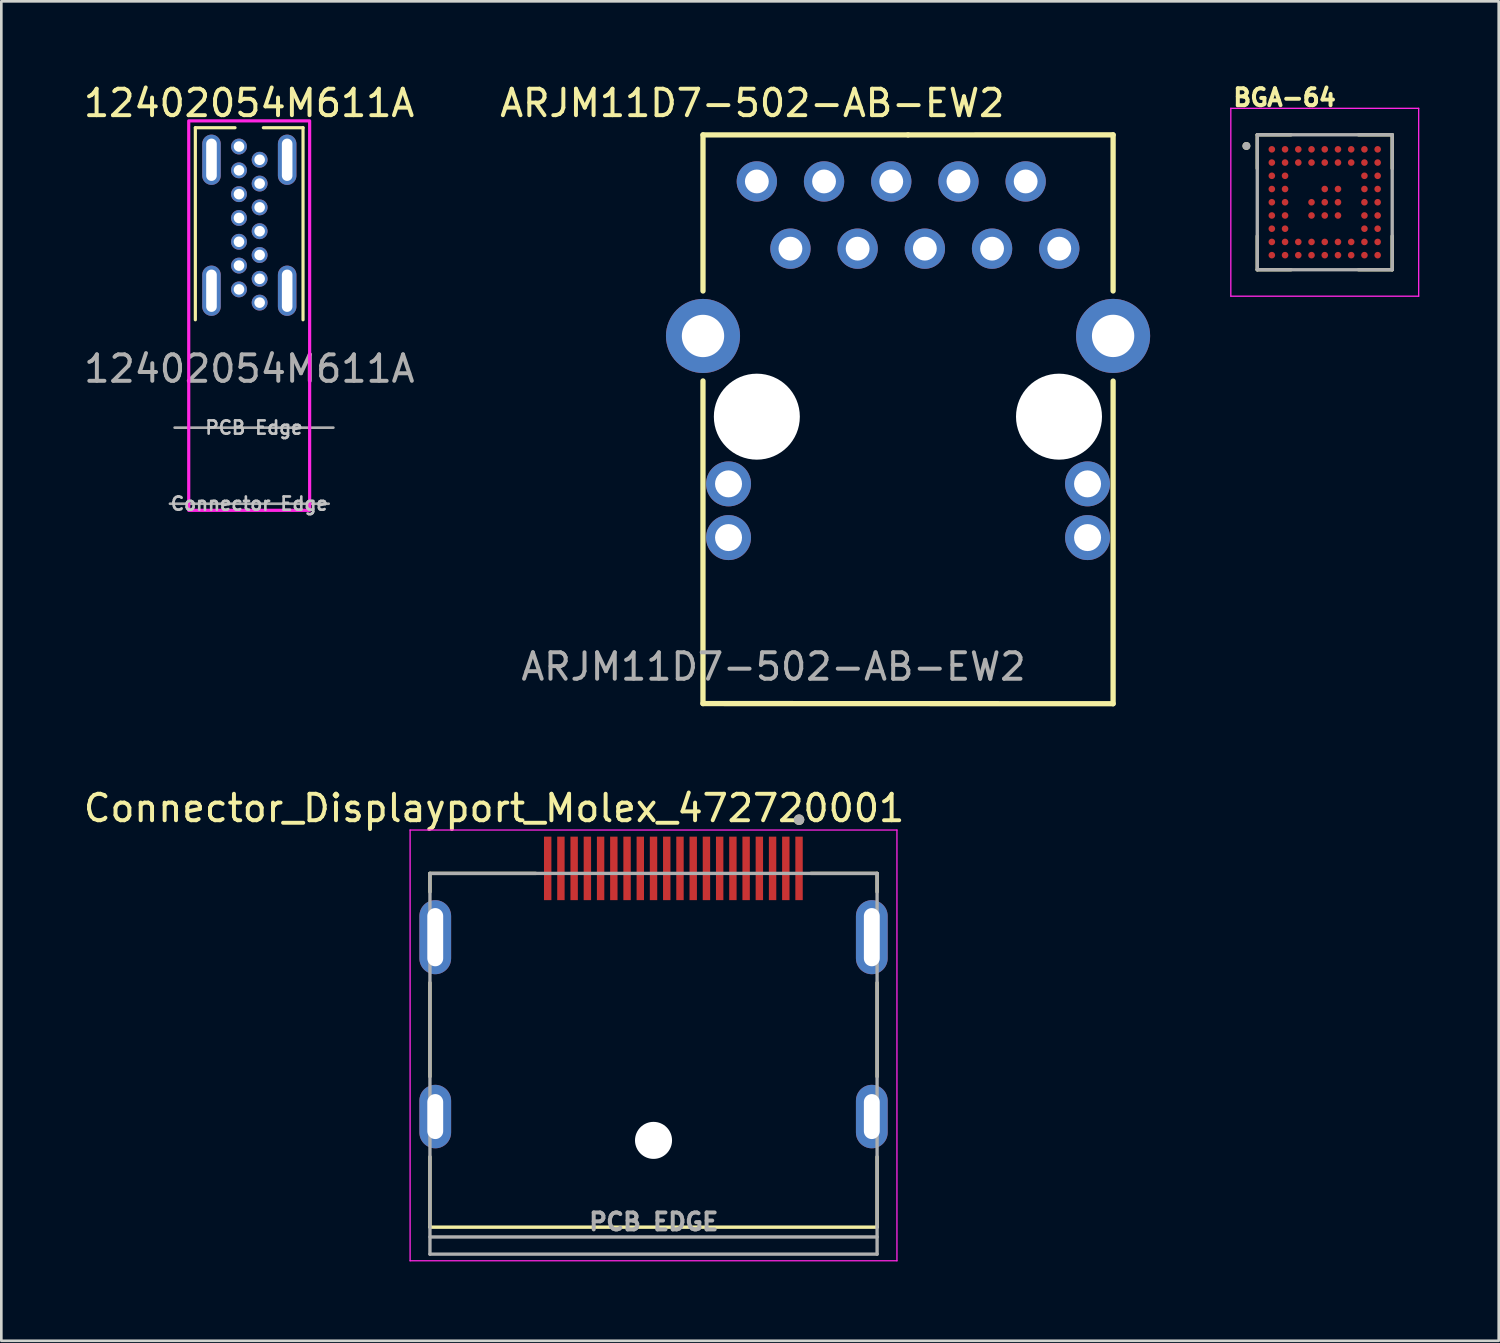
<source format=kicad_pcb>
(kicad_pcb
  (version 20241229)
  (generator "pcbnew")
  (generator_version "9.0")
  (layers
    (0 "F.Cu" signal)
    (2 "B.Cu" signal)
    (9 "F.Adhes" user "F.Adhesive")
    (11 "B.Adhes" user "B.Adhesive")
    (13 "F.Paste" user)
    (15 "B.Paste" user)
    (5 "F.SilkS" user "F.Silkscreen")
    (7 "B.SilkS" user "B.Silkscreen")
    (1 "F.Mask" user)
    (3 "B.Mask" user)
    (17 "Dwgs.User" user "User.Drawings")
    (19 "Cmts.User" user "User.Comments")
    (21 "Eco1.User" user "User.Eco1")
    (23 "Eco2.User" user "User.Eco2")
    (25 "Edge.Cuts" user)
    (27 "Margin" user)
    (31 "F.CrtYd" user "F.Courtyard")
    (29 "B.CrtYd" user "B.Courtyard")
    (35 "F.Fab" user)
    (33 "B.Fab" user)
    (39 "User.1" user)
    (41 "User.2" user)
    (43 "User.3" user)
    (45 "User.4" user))
  (footprint "Connector_Displayport_Molex_472720001"
    (layer "F.Cu")
    (at 21.66 35.881)
    (property "Reference" "Connector_Displayport_Molex_472720001" (at -6.035 -8.385 0) (layer "F.SilkS") (effects (font (size 1 1) (thickness 0.15))))
    (attr smd)
    (fp_line (start -8.46 -5.92) (end -8.46 -5.22) (stroke (width 0.127) (type solid)) (layer "F.SilkS"))
    (fp_line (start -8.46 -1.79) (end -8.46 1.76) (stroke (width 0.127) (type solid)) (layer "F.SilkS"))
    (fp_line (start -8.46 4.79) (end -8.46 7.45) (stroke (width 0.127) (type solid)) (layer "F.SilkS"))
    (fp_line (start -8.46 7.45) (end 8.44 7.45) (stroke (width 0.127) (type solid)) (layer "F.SilkS"))
    (fp_line (start -4.46 -5.92) (end -8.46 -5.92) (stroke (width 0.127) (type solid)) (layer "F.SilkS"))
    (fp_line (start 8.44 -5.92) (end 5.94 -5.92) (stroke (width 0.127) (type solid)) (layer "F.SilkS"))
    (fp_line (start 8.44 -5.92) (end 8.44 -5.22) (stroke (width 0.127) (type solid)) (layer "F.SilkS"))
    (fp_line (start 8.44 -1.79) (end 8.44 1.76) (stroke (width 0.127) (type solid)) (layer "F.SilkS"))
    (fp_line (start 8.44 4.79) (end 8.44 7.45) (stroke (width 0.127) (type solid)) (layer "F.SilkS"))
    (fp_circle (center 5.49 -7.95) (end 5.59 -7.95) (stroke (width 0.2) (type solid)) (fill no) (layer "F.SilkS"))
    (fp_line (start -9.21 -7.56) (end 9.19 -7.56) (stroke (width 0.05) (type solid)) (layer "F.CrtYd"))
    (fp_line (start -9.21 8.72) (end -9.21 -7.56) (stroke (width 0.05) (type solid)) (layer "F.CrtYd"))
    (fp_line (start 9.19 -7.56) (end 9.19 8.72) (stroke (width 0.05) (type solid)) (layer "F.CrtYd"))
    (fp_line (start 9.19 8.72) (end -9.21 8.72) (stroke (width 0.05) (type solid)) (layer "F.CrtYd"))
    (fp_line (start -8.46 -5.92) (end 8.44 -5.92) (stroke (width 0.127) (type solid)) (layer "F.Fab"))
    (fp_line (start -8.46 8.47) (end -8.46 -5.92) (stroke (width 0.127) (type solid)) (layer "F.Fab"))
    (fp_line (start 8.44 -5.92) (end 8.44 8.47) (stroke (width 0.127) (type solid)) (layer "F.Fab"))
    (fp_line (start 8.44 7.82) (end -8.46 7.82) (stroke (width 0.127) (type solid)) (layer "F.Fab"))
    (fp_line (start 8.44 8.47) (end -8.46 8.47) (stroke (width 0.127) (type solid)) (layer "F.Fab"))
    (fp_circle (center 5.49 -7.95) (end 5.59 -7.95) (stroke (width 0.2) (type solid)) (fill no) (layer "F.Fab"))
    (fp_text user "PCB EDGE" (at 0 7.246 0) (layer "F.Fab") (effects (font (size 0.64 0.64) (thickness 0.15))))
    (pad "" np_thru_hole circle (at -0.01 4.17) (size 1.4 1.4) (drill 1.4) (layers "*.Cu" "*.Mask"))
    (pad "1" smd rect (at 5.49 -6.11 90) (size 2.4 0.28) (layers "F.Cu" "F.Mask" "F.Paste"))
    (pad "2" smd rect (at 4.99 -6.11 90) (size 2.4 0.28) (layers "F.Cu" "F.Mask" "F.Paste"))
    (pad "3" smd rect (at 4.49 -6.11 90) (size 2.4 0.28) (layers "F.Cu" "F.Mask" "F.Paste"))
    (pad "4" smd rect (at 3.99 -6.11 90) (size 2.4 0.28) (layers "F.Cu" "F.Mask" "F.Paste"))
    (pad "5" smd rect (at 3.49 -6.11 90) (size 2.4 0.28) (layers "F.Cu" "F.Mask" "F.Paste"))
    (pad "6" smd rect (at 2.99 -6.11 90) (size 2.4 0.28) (layers "F.Cu" "F.Mask" "F.Paste"))
    (pad "7" smd rect (at 2.49 -6.11 90) (size 2.4 0.28) (layers "F.Cu" "F.Mask" "F.Paste"))
    (pad "8" smd rect (at 1.99 -6.11 90) (size 2.4 0.28) (layers "F.Cu" "F.Mask" "F.Paste"))
    (pad "9" smd rect (at 1.49 -6.11 90) (size 2.4 0.28) (layers "F.Cu" "F.Mask" "F.Paste"))
    (pad "10" smd rect (at 0.99 -6.11 90) (size 2.4 0.28) (layers "F.Cu" "F.Mask" "F.Paste"))
    (pad "11" smd rect (at 0.49 -6.11 90) (size 2.4 0.28) (layers "F.Cu" "F.Mask" "F.Paste"))
    (pad "12" smd rect (at -0.01 -6.11 90) (size 2.4 0.28) (layers "F.Cu" "F.Mask" "F.Paste"))
    (pad "13" smd rect (at -0.51 -6.11 90) (size 2.4 0.28) (layers "F.Cu" "F.Mask" "F.Paste"))
    (pad "14" smd rect (at -1.01 -6.11 90) (size 2.4 0.28) (layers "F.Cu" "F.Mask" "F.Paste"))
    (pad "15" smd rect (at -1.51 -6.11 90) (size 2.4 0.28) (layers "F.Cu" "F.Mask" "F.Paste"))
    (pad "16" smd rect (at -2.01 -6.11 90) (size 2.4 0.28) (layers "F.Cu" "F.Mask" "F.Paste"))
    (pad "17" smd rect (at -2.51 -6.11 90) (size 2.4 0.28) (layers "F.Cu" "F.Mask" "F.Paste"))
    (pad "18" smd rect (at -3.01 -6.11 90) (size 2.4 0.28) (layers "F.Cu" "F.Mask" "F.Paste"))
    (pad "19" smd rect (at -3.51 -6.11 90) (size 2.4 0.28) (layers "F.Cu" "F.Mask" "F.Paste"))
    (pad "20" smd rect (at -4.01 -6.11 90) (size 2.4 0.28) (layers "F.Cu" "F.Mask" "F.Paste"))
    (pad "S1" thru_hole oval (at -8.26 -3.51) (size 1.2 2.8) (drill oval 0.6 2.2) (layers "*.Cu" "*.Mask"))
    (pad "S2" thru_hole oval (at 8.24 -3.51) (size 1.2 2.8) (drill oval 0.6 2.2) (layers "*.Cu" "*.Mask"))
    (pad "S3" thru_hole oval (at -8.26 3.27) (size 1.2 2.4) (drill oval 0.6 1.7) (layers "*.Cu" "*.Mask"))
    (pad "S4" thru_hole oval (at 8.24 3.27) (size 1.2 2.4) (drill oval 0.6 1.7) (layers "*.Cu" "*.Mask")))
  (footprint "ARJM11D7-502-AB-EW2"
    (layer "F.Cu")
    (at 36.985 6.348)
    (property "Reference" "ARJM11D7-502-AB-EW2" (at -11.6 -5.5 0) (unlocked yes) (layer "F.SilkS") (effects (font (size 1 1) (thickness 0.15))))
    (attr through_hole)
    (fp_line (start -13.466 5) (end -13.466 17.194) (stroke (width 0.2) (type solid)) (layer "F.SilkS"))
    (fp_line (start -13.466 17.194) (end 2.034 17.199) (stroke (width 0.2) (type solid)) (layer "F.SilkS"))
    (fp_line (start -13.465 -4.3) (end -13.465 1.6) (stroke (width 0.2) (type solid)) (layer "F.SilkS"))
    (fp_line (start -5.715 -4.3) (end -13.465 -4.3) (stroke (width 0.2) (type solid)) (layer "F.SilkS"))
    (fp_line (start 2.035 -4.301) (end -5.715 -4.3) (stroke (width 0.2) (type solid)) (layer "F.SilkS"))
    (fp_line (start 2.035 -4.301) (end 2.035 1.599) (stroke (width 0.2) (type solid)) (layer "F.SilkS"))
    (fp_line (start 2.035 5.005) (end 2.035 17.199) (stroke (width 0.2) (type solid)) (layer "F.SilkS"))
    (fp_text user "${REFERENCE}" (at -10.8 15.8 0) (unlocked yes) (layer "F.Fab") (effects (font (size 1 1) (thickness 0.15))))
    (pad "" np_thru_hole circle (at -11.43 6.35) (size 3.25 3.25) (drill 3.25) (layers "*.Cu" "*.Mask"))
    (pad "" np_thru_hole circle (at -0.01 6.35) (size 3.25 3.25) (drill 3.25) (layers "*.Cu" "*.Mask"))
    (pad "1" thru_hole circle (at 0 0) (size 1.524 1.524) (drill 0.9) (layers "*.Cu" "*.Mask"))
    (pad "2" thru_hole circle (at -1.27 -2.54) (size 1.524 1.524) (drill 0.9) (layers "*.Cu" "*.Mask"))
    (pad "3" thru_hole circle (at -2.54 0) (size 1.524 1.524) (drill 0.9) (layers "*.Cu" "*.Mask"))
    (pad "4" thru_hole circle (at -3.81 -2.54) (size 1.524 1.524) (drill 0.9) (layers "*.Cu" "*.Mask"))
    (pad "5" thru_hole circle (at -5.08 0) (size 1.524 1.524) (drill 0.9) (layers "*.Cu" "*.Mask"))
    (pad "6" thru_hole circle (at -6.35 -2.54) (size 1.524 1.524) (drill 0.9) (layers "*.Cu" "*.Mask"))
    (pad "7" thru_hole circle (at -7.62 0) (size 1.524 1.524) (drill 0.9) (layers "*.Cu" "*.Mask"))
    (pad "8" thru_hole circle (at -8.89 -2.54) (size 1.524 1.524) (drill 0.9) (layers "*.Cu" "*.Mask"))
    (pad "9" thru_hole circle (at -10.16 0) (size 1.524 1.524) (drill 0.9) (layers "*.Cu" "*.Mask"))
    (pad "10" thru_hole circle (at -11.43 -2.54) (size 1.524 1.524) (drill 0.9) (layers "*.Cu" "*.Mask"))
    (pad "11" thru_hole circle (at -12.5 8.89) (size 1.7 1.7) (drill 1.02) (layers "*.Cu" "*.Mask"))
    (pad "12" thru_hole circle (at -12.5 10.92) (size 1.7 1.7) (drill 1.02) (layers "*.Cu" "*.Mask"))
    (pad "13" thru_hole circle (at 1.069 8.89) (size 1.7 1.7) (drill 1.02) (layers "*.Cu" "*.Mask"))
    (pad "14" thru_hole circle (at 1.07 10.92) (size 1.7 1.7) (drill 1.02) (layers "*.Cu" "*.Mask"))
    (pad "15" thru_hole circle (at -13.465 3.3) (size 2.8 2.8) (drill 1.6) (layers "*.Cu" "*.Mask"))
    (pad "16" thru_hole circle (at 2.035 3.298) (size 2.8 2.8) (drill 1.6) (layers "*.Cu" "*.Mask")))
  (footprint "12402054M611A"
    (layer "F.Cu")
    (at 6.373 8.388)
    (property "Reference" "12402054M611A" (at -0.01 -7.54 0) (unlocked yes) (layer "F.SilkS") (effects (font (size 1 1) (thickness 0.15))))
    (attr through_hole)
    (fp_line (start -2.04 -6.611) (end -2.04 0.649) (stroke (width 0.12) (type solid)) (layer "F.SilkS"))
    (fp_line (start -2.04 -6.611) (end -0.54 -6.611) (stroke (width 0.12) (type solid)) (layer "F.SilkS"))
    (fp_line (start 0.53 -6.611) (end 2.03 -6.611) (stroke (width 0.12) (type solid)) (layer "F.SilkS"))
    (fp_line (start 2.03 -6.611) (end 2.03 0.649) (stroke (width 0.12) (type solid)) (layer "F.SilkS"))
    (fp_rect (start -2.29 -6.87) (end 2.28 7.85) (stroke (width 0.12) (type solid)) (fill no) (layer "F.CrtYd"))
    (fp_line (start -3 7.6) (end 3 7.6) (stroke (width 0.1) (type solid)) (layer "F.Fab"))
    (fp_line (start -2.823 4.725) (end 3.177 4.725) (stroke (width 0.1) (type solid)) (layer "F.Fab"))
    (fp_text user "Connector Edge" (at 0 7.6 0) (layer "Dwgs.User") (effects (font (size 0.5 0.5) (thickness 0.1))))
    (fp_text user "PCB Edge" (at 0.177 4.725 0) (layer "Dwgs.User") (effects (font (size 0.5 0.5) (thickness 0.1))))
    (fp_text user "${REFERENCE}" (at 0 2.5 0) (unlocked yes) (layer "F.Fab") (effects (font (size 1 1) (thickness 0.15))))
    (pad "A1" thru_hole circle (at -0.39 -0.5) (size 0.6 0.6) (drill 0.4) (layers "*.Cu" "*.Mask"))
    (pad "A4" thru_hole circle (at -0.39 -1.4) (size 0.6 0.6) (drill 0.4) (layers "*.Cu" "*.Mask"))
    (pad "A5" thru_hole circle (at -0.39 -2.3) (size 0.6 0.6) (drill 0.4) (layers "*.Cu" "*.Mask"))
    (pad "A6" thru_hole circle (at -0.39 -3.2) (size 0.6 0.6) (drill 0.4) (layers "*.Cu" "*.Mask"))
    (pad "A7" thru_hole circle (at -0.39 -4.1) (size 0.6 0.6) (drill 0.4) (layers "*.Cu" "*.Mask"))
    (pad "A9" thru_hole circle (at -0.39 -5) (size 0.6 0.6) (drill 0.4) (layers "*.Cu" "*.Mask"))
    (pad "A12" thru_hole circle (at -0.39 -5.9) (size 0.6 0.6) (drill 0.4) (layers "*.Cu" "*.Mask"))
    (pad "B1" thru_hole circle (at 0.39 -5.4) (size 0.6 0.6) (drill 0.4) (layers "*.Cu" "*.Mask"))
    (pad "B4" thru_hole circle (at 0.39 -4.5) (size 0.6 0.6) (drill 0.4) (layers "*.Cu" "*.Mask"))
    (pad "B5" thru_hole circle (at 0.39 -3.6) (size 0.6 0.6) (drill 0.4) (layers "*.Cu" "*.Mask"))
    (pad "B6" thru_hole circle (at 0.39 -2.7) (size 0.6 0.6) (drill 0.4) (layers "*.Cu" "*.Mask"))
    (pad "B7" thru_hole circle (at 0.39 -1.8) (size 0.6 0.6) (drill 0.4) (layers "*.Cu" "*.Mask"))
    (pad "B9" thru_hole circle (at 0.39 -0.9) (size 0.6 0.6) (drill 0.4) (layers "*.Cu" "*.Mask"))
    (pad "B12" thru_hole circle (at 0.39 0) (size 0.6 0.6) (drill 0.4) (layers "*.Cu" "*.Mask"))
    (pad "S1" thru_hole oval (at -1.43 -5.4) (size 0.7 1.9) (drill oval 0.4 1.6) (layers "*.Cu" "*.Mask"))
    (pad "S1" thru_hole oval (at -1.43 -0.45) (size 0.7 1.9) (drill oval 0.4 1.6) (layers "*.Cu" "*.Mask"))
    (pad "S1" thru_hole oval (at 1.43 -5.4) (size 0.7 1.9) (drill oval 0.4 1.6) (layers "*.Cu" "*.Mask"))
    (pad "S1" thru_hole oval (at 1.43 -0.45) (size 0.7 1.9) (drill oval 0.4 1.6) (layers "*.Cu" "*.Mask")))
  (footprint "BGA-64"
    (layer "F.Cu")
    (at 47.019 4.594)
    (property "Reference" "BGA-64" (at -1.518 -3.956 0) (layer "F.SilkS") (effects (font (size 0.64 0.64) (thickness 0.15))))
    (attr through_hole)
    (fp_line (start -2.55 -2.55) (end -2.55 -1.275) (stroke (width 0.127) (type solid)) (layer "F.SilkS"))
    (fp_line (start -2.55 -2.55) (end -1.275 -2.55) (stroke (width 0.127) (type solid)) (layer "F.SilkS"))
    (fp_line (start -2.55 2.55) (end -2.55 1.275) (stroke (width 0.127) (type solid)) (layer "F.SilkS"))
    (fp_line (start -2.55 2.55) (end -1.275 2.55) (stroke (width 0.127) (type solid)) (layer "F.SilkS"))
    (fp_line (start 2.55 -2.55) (end 1.275 -2.55) (stroke (width 0.127) (type solid)) (layer "F.SilkS"))
    (fp_line (start 2.55 -2.55) (end 2.55 -1.275) (stroke (width 0.127) (type solid)) (layer "F.SilkS"))
    (fp_line (start 2.55 2.55) (end 1.275 2.55) (stroke (width 0.127) (type solid)) (layer "F.SilkS"))
    (fp_line (start 2.55 2.55) (end 2.55 1.275) (stroke (width 0.127) (type solid)) (layer "F.SilkS"))
    (fp_circle (center -2.961 -2.127) (end -2.886 -2.127) (stroke (width 0.15) (type solid)) (fill no) (layer "F.SilkS"))
    (fp_line (start -3.55 -3.55) (end 3.55 -3.55) (stroke (width 0.05) (type solid)) (layer "F.CrtYd"))
    (fp_line (start -3.55 3.55) (end -3.55 -3.55) (stroke (width 0.05) (type solid)) (layer "F.CrtYd"))
    (fp_line (start -3.55 3.55) (end 3.55 3.55) (stroke (width 0.05) (type solid)) (layer "F.CrtYd"))
    (fp_line (start 3.55 3.55) (end 3.55 -3.55) (stroke (width 0.05) (type solid)) (layer "F.CrtYd"))
    (fp_line (start -2.55 2.55) (end -2.55 -2.55) (stroke (width 0.127) (type solid)) (layer "F.Fab"))
    (fp_line (start 2.55 -2.55) (end -2.55 -2.55) (stroke (width 0.127) (type solid)) (layer "F.Fab"))
    (fp_line (start 2.55 2.55) (end -2.55 2.55) (stroke (width 0.127) (type solid)) (layer "F.Fab"))
    (fp_line (start 2.55 2.55) (end 2.55 -2.55) (stroke (width 0.127) (type solid)) (layer "F.Fab"))
    (fp_circle (center -2.961 -2.127) (end -2.886 -2.127) (stroke (width 0.15) (type solid)) (fill no) (layer "F.Fab"))
    (pad "A1" smd circle (at -2 -2) (size 0.25 0.25) (layers "F.Cu" "F.Mask" "F.Paste"))
    (pad "A2" smd circle (at -1.5 -2) (size 0.25 0.25) (layers "F.Cu" "F.Mask" "F.Paste"))
    (pad "A3" smd circle (at -1 -2) (size 0.25 0.25) (layers "F.Cu" "F.Mask" "F.Paste"))
    (pad "A4" smd circle (at -0.5 -2) (size 0.25 0.25) (layers "F.Cu" "F.Mask" "F.Paste"))
    (pad "A5" smd circle (at 0 -2) (size 0.25 0.25) (layers "F.Cu" "F.Mask" "F.Paste"))
    (pad "A6" smd circle (at 0.5 -2) (size 0.25 0.25) (layers "F.Cu" "F.Mask" "F.Paste"))
    (pad "A7" smd circle (at 1 -2) (size 0.25 0.25) (layers "F.Cu" "F.Mask" "F.Paste"))
    (pad "A8" smd circle (at 1.5 -2) (size 0.25 0.25) (layers "F.Cu" "F.Mask" "F.Paste"))
    (pad "A9" smd circle (at 2 -2) (size 0.25 0.25) (layers "F.Cu" "F.Mask" "F.Paste"))
    (pad "B1" smd circle (at -2 -1.5) (size 0.25 0.25) (layers "F.Cu" "F.Mask" "F.Paste"))
    (pad "B2" smd circle (at -1.5 -1.5) (size 0.25 0.25) (layers "F.Cu" "F.Mask" "F.Paste"))
    (pad "B3" smd circle (at -1 -1.5) (size 0.25 0.25) (layers "F.Cu" "F.Mask" "F.Paste"))
    (pad "B4" smd circle (at -0.5 -1.5) (size 0.25 0.25) (layers "F.Cu" "F.Mask" "F.Paste"))
    (pad "B5" smd circle (at 0 -1.5) (size 0.25 0.25) (layers "F.Cu" "F.Mask" "F.Paste"))
    (pad "B6" smd circle (at 0.5 -1.5) (size 0.25 0.25) (layers "F.Cu" "F.Mask" "F.Paste"))
    (pad "B7" smd circle (at 1 -1.5) (size 0.25 0.25) (layers "F.Cu" "F.Mask" "F.Paste"))
    (pad "B8" smd circle (at 1.5 -1.5) (size 0.25 0.25) (layers "F.Cu" "F.Mask" "F.Paste"))
    (pad "B9" smd circle (at 2 -1.5) (size 0.25 0.25) (layers "F.Cu" "F.Mask" "F.Paste"))
    (pad "C1" smd circle (at -2 -1) (size 0.25 0.25) (layers "F.Cu" "F.Mask" "F.Paste"))
    (pad "C2" smd circle (at -1.5 -1) (size 0.25 0.25) (layers "F.Cu" "F.Mask" "F.Paste"))
    (pad "C8" smd circle (at 1.5 -1) (size 0.25 0.25) (layers "F.Cu" "F.Mask" "F.Paste"))
    (pad "C9" smd circle (at 2 -1) (size 0.25 0.25) (layers "F.Cu" "F.Mask" "F.Paste"))
    (pad "D1" smd circle (at -2 -0.5) (size 0.25 0.25) (layers "F.Cu" "F.Mask" "F.Paste"))
    (pad "D2" smd circle (at -1.5 -0.5) (size 0.25 0.25) (layers "F.Cu" "F.Mask" "F.Paste"))
    (pad "D5" smd circle (at 0 -0.5) (size 0.25 0.25) (layers "F.Cu" "F.Mask" "F.Paste"))
    (pad "D6" smd circle (at 0.5 -0.5) (size 0.25 0.25) (layers "F.Cu" "F.Mask" "F.Paste"))
    (pad "D8" smd circle (at 1.5 -0.5) (size 0.25 0.25) (layers "F.Cu" "F.Mask" "F.Paste"))
    (pad "D9" smd circle (at 2 -0.5) (size 0.25 0.25) (layers "F.Cu" "F.Mask" "F.Paste"))
    (pad "E1" smd circle (at -2 0) (size 0.25 0.25) (layers "F.Cu" "F.Mask" "F.Paste"))
    (pad "E2" smd circle (at -1.5 0) (size 0.25 0.25) (layers "F.Cu" "F.Mask" "F.Paste"))
    (pad "E4" smd circle (at -0.5 0) (size 0.25 0.25) (layers "F.Cu" "F.Mask" "F.Paste"))
    (pad "E5" smd circle (at 0 0) (size 0.25 0.25) (layers "F.Cu" "F.Mask" "F.Paste"))
    (pad "E6" smd circle (at 0.5 0) (size 0.25 0.25) (layers "F.Cu" "F.Mask" "F.Paste"))
    (pad "E8" smd circle (at 1.5 0) (size 0.25 0.25) (layers "F.Cu" "F.Mask" "F.Paste"))
    (pad "E9" smd circle (at 2 0) (size 0.25 0.25) (layers "F.Cu" "F.Mask" "F.Paste"))
    (pad "F1" smd circle (at -2 0.5) (size 0.25 0.25) (layers "F.Cu" "F.Mask" "F.Paste"))
    (pad "F2" smd circle (at -1.5 0.5) (size 0.25 0.25) (layers "F.Cu" "F.Mask" "F.Paste"))
    (pad "F4" smd circle (at -0.5 0.5) (size 0.25 0.25) (layers "F.Cu" "F.Mask" "F.Paste"))
    (pad "F5" smd circle (at 0 0.5) (size 0.25 0.25) (layers "F.Cu" "F.Mask" "F.Paste"))
    (pad "F6" smd circle (at 0.5 0.5) (size 0.25 0.25) (layers "F.Cu" "F.Mask" "F.Paste"))
    (pad "F8" smd circle (at 1.5 0.5) (size 0.25 0.25) (layers "F.Cu" "F.Mask" "F.Paste"))
    (pad "F9" smd circle (at 2 0.5) (size 0.25 0.25) (layers "F.Cu" "F.Mask" "F.Paste"))
    (pad "G1" smd circle (at -2 1) (size 0.25 0.25) (layers "F.Cu" "F.Mask" "F.Paste"))
    (pad "G2" smd circle (at -1.5 1) (size 0.25 0.25) (layers "F.Cu" "F.Mask" "F.Paste"))
    (pad "G8" smd circle (at 1.5 1) (size 0.25 0.25) (layers "F.Cu" "F.Mask" "F.Paste"))
    (pad "G9" smd circle (at 2 1) (size 0.25 0.25) (layers "F.Cu" "F.Mask" "F.Paste"))
    (pad "H1" smd circle (at -2 1.5) (size 0.25 0.25) (layers "F.Cu" "F.Mask" "F.Paste"))
    (pad "H2" smd circle (at -1.5 1.5) (size 0.25 0.25) (layers "F.Cu" "F.Mask" "F.Paste"))
    (pad "H3" smd circle (at -1 1.5) (size 0.25 0.25) (layers "F.Cu" "F.Mask" "F.Paste"))
    (pad "H4" smd circle (at -0.5 1.5) (size 0.25 0.25) (layers "F.Cu" "F.Mask" "F.Paste"))
    (pad "H5" smd circle (at 0 1.5) (size 0.25 0.25) (layers "F.Cu" "F.Mask" "F.Paste"))
    (pad "H6" smd circle (at 0.5 1.5) (size 0.25 0.25) (layers "F.Cu" "F.Mask" "F.Paste"))
    (pad "H7" smd circle (at 1 1.5) (size 0.25 0.25) (layers "F.Cu" "F.Mask" "F.Paste"))
    (pad "H8" smd circle (at 1.5 1.5) (size 0.25 0.25) (layers "F.Cu" "F.Mask" "F.Paste"))
    (pad "H9" smd circle (at 2 1.5) (size 0.25 0.25) (layers "F.Cu" "F.Mask" "F.Paste"))
    (pad "J1" smd circle (at -2 2) (size 0.25 0.25) (layers "F.Cu" "F.Mask" "F.Paste"))
    (pad "J2" smd circle (at -1.5 2) (size 0.25 0.25) (layers "F.Cu" "F.Mask" "F.Paste"))
    (pad "J3" smd circle (at -1 2) (size 0.25 0.25) (layers "F.Cu" "F.Mask" "F.Paste"))
    (pad "J4" smd circle (at -0.5 2) (size 0.25 0.25) (layers "F.Cu" "F.Mask" "F.Paste"))
    (pad "J5" smd circle (at 0 2) (size 0.25 0.25) (layers "F.Cu" "F.Mask" "F.Paste"))
    (pad "J6" smd circle (at 0.5 2) (size 0.25 0.25) (layers "F.Cu" "F.Mask" "F.Paste"))
    (pad "J7" smd circle (at 1 2) (size 0.25 0.25) (layers "F.Cu" "F.Mask" "F.Paste"))
    (pad "J8" smd circle (at 1.5 2) (size 0.25 0.25) (layers "F.Cu" "F.Mask" "F.Paste"))
    (pad "J9" smd circle (at 2 2) (size 0.25 0.25) (layers "F.Cu" "F.Mask" "F.Paste")))
  (gr_rect
    (start -3 -3)
    (end 53.594 47.626)
    (stroke (width 0.1) (type default))
    (fill no)
    (layer "Edge.Cuts")))
</source>
